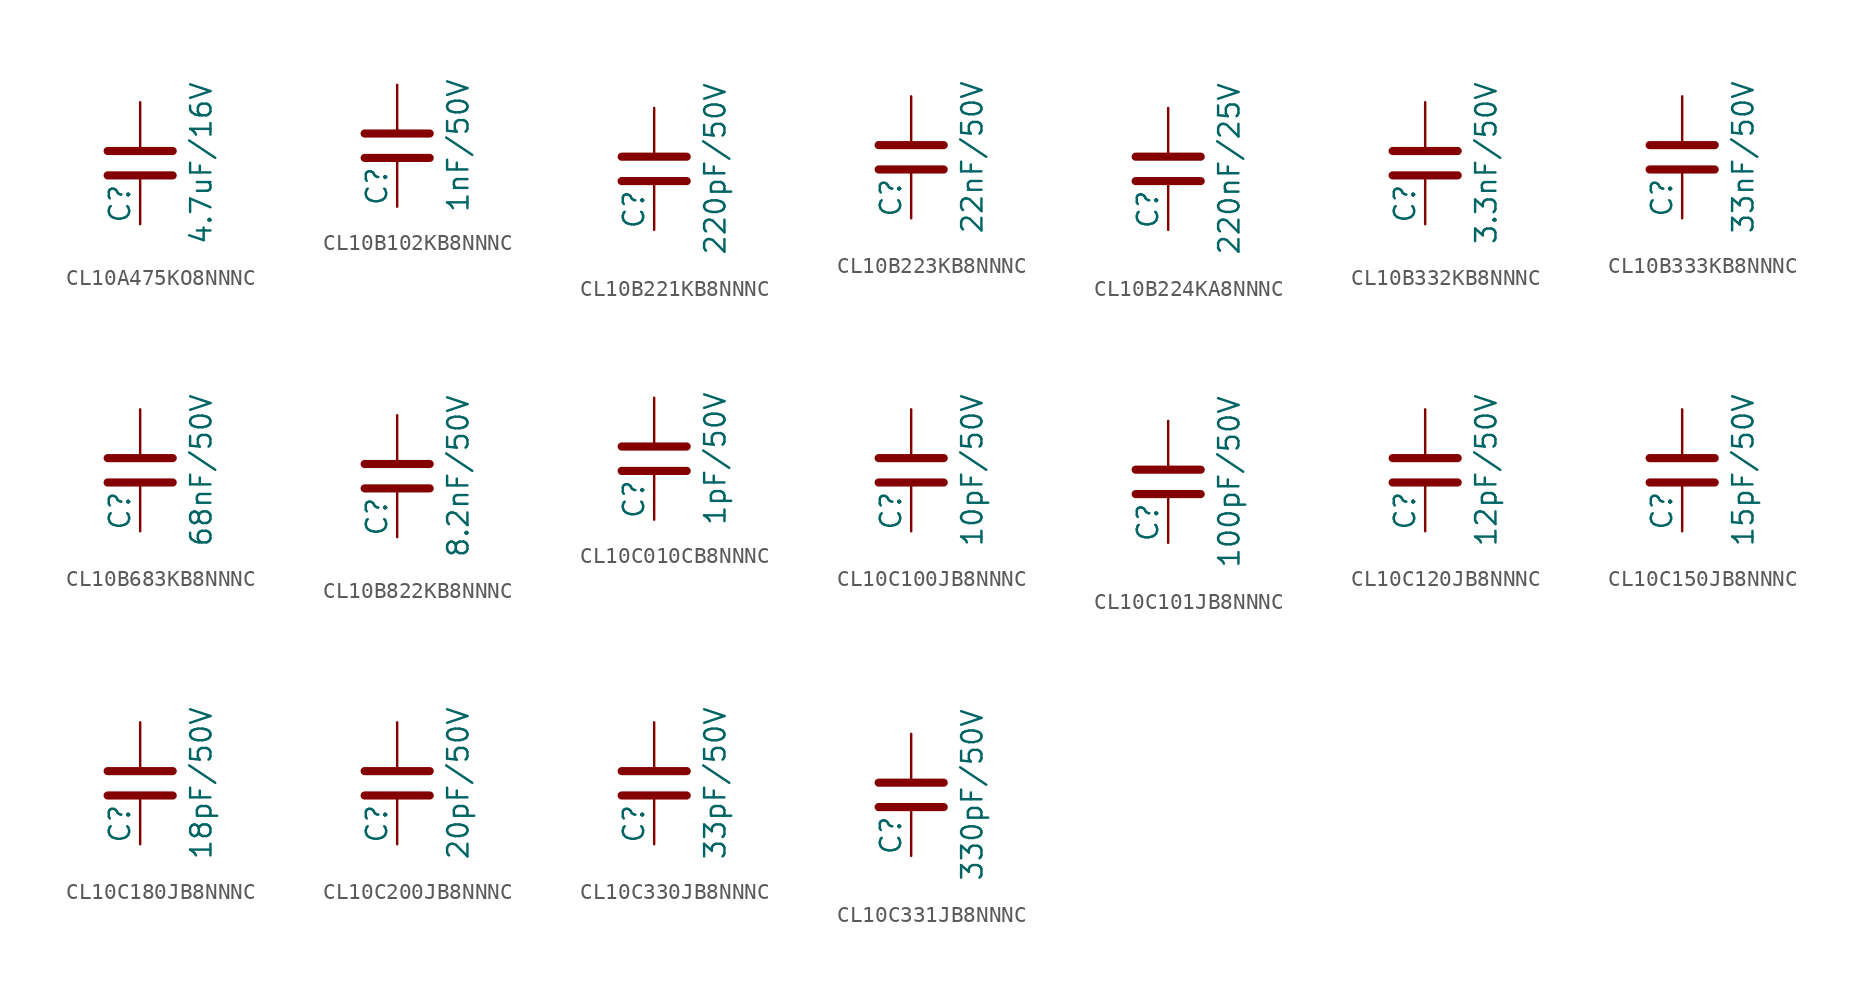
<source format=kicad_sym>
(kicad_symbol_lib
  (version 20211014)
  (generator conandllu_kicad_symbol_generator_20230922_18:37:20)
  (symbol "CL10A475KO8NNNC"
    (pin_numbers hide)
    (pin_names
      (offset 0.254))
    (property "Reference" "C"
      (at -1.27 -3.81 90)
      (effects (font (size 1.27 1.27)) (justify left)))
    (property "Value" "4.7uF/16V"
      (at 3.81 0 90)
      (effects (font (size 1.27 1.27))))
    (symbol "CL10A475KO8NNNC_0_1"
      (polyline (pts (xy -2.032 -0.762) (xy 2.032 -0.762)) (stroke (width 0.508) (type default)) (fill (type none)))
      (polyline (pts (xy -2.032 0.762) (xy 2.032 0.762)) (stroke (width 0.508) (type default)) (fill (type none))))
    (symbol "CL10A475KO8NNNC_1_1"
      (pin passive line (at 0 3.81 270) (length 2.794) (name "~" (effects (font (size 1.27 1.27)))) (number "1" (effects (font (size 1.27 1.27)))))
      (pin passive line (at 0 -3.81 90) (length 2.794) (name "~" (effects (font (size 1.27 1.27)))) (number "2" (effects (font (size 1.27 1.27)))))))
  (symbol "CL10B102KB8NNNC"
    (pin_numbers hide)
    (pin_names
      (offset 0.254))
    (property "Reference" "C"
      (at -1.27 -3.81 90)
      (effects (font (size 1.27 1.27)) (justify left)))
    (property "Value" "1nF/50V"
      (at 3.81 0 90)
      (effects (font (size 1.27 1.27))))
    (symbol "CL10B102KB8NNNC_0_1"
      (polyline (pts (xy -2.032 -0.762) (xy 2.032 -0.762)) (stroke (width 0.508) (type default)) (fill (type none)))
      (polyline (pts (xy -2.032 0.762) (xy 2.032 0.762)) (stroke (width 0.508) (type default)) (fill (type none))))
    (symbol "CL10B102KB8NNNC_1_1"
      (pin passive line (at 0 3.81 270) (length 2.794) (name "~" (effects (font (size 1.27 1.27)))) (number "1" (effects (font (size 1.27 1.27)))))
      (pin passive line (at 0 -3.81 90) (length 2.794) (name "~" (effects (font (size 1.27 1.27)))) (number "2" (effects (font (size 1.27 1.27)))))))
  (symbol "CL10B221KB8NNNC"
    (pin_numbers hide)
    (pin_names
      (offset 0.254))
    (property "Reference" "C"
      (at -1.27 -3.81 90)
      (effects (font (size 1.27 1.27)) (justify left)))
    (property "Value" "220pF/50V"
      (at 3.81 0 90)
      (effects (font (size 1.27 1.27))))
    (symbol "CL10B221KB8NNNC_0_1"
      (polyline (pts (xy -2.032 -0.762) (xy 2.032 -0.762)) (stroke (width 0.508) (type default)) (fill (type none)))
      (polyline (pts (xy -2.032 0.762) (xy 2.032 0.762)) (stroke (width 0.508) (type default)) (fill (type none))))
    (symbol "CL10B221KB8NNNC_1_1"
      (pin passive line (at 0 3.81 270) (length 2.794) (name "~" (effects (font (size 1.27 1.27)))) (number "1" (effects (font (size 1.27 1.27)))))
      (pin passive line (at 0 -3.81 90) (length 2.794) (name "~" (effects (font (size 1.27 1.27)))) (number "2" (effects (font (size 1.27 1.27)))))))
  (symbol "CL10B223KB8NNNC"
    (pin_numbers hide)
    (pin_names
      (offset 0.254))
    (property "Reference" "C"
      (at -1.27 -3.81 90)
      (effects (font (size 1.27 1.27)) (justify left)))
    (property "Value" "22nF/50V"
      (at 3.81 0 90)
      (effects (font (size 1.27 1.27))))
    (symbol "CL10B223KB8NNNC_0_1"
      (polyline (pts (xy -2.032 -0.762) (xy 2.032 -0.762)) (stroke (width 0.508) (type default)) (fill (type none)))
      (polyline (pts (xy -2.032 0.762) (xy 2.032 0.762)) (stroke (width 0.508) (type default)) (fill (type none))))
    (symbol "CL10B223KB8NNNC_1_1"
      (pin passive line (at 0 3.81 270) (length 2.794) (name "~" (effects (font (size 1.27 1.27)))) (number "1" (effects (font (size 1.27 1.27)))))
      (pin passive line (at 0 -3.81 90) (length 2.794) (name "~" (effects (font (size 1.27 1.27)))) (number "2" (effects (font (size 1.27 1.27)))))))
  (symbol "CL10B224KA8NNNC"
    (pin_numbers hide)
    (pin_names
      (offset 0.254))
    (property "Reference" "C"
      (at -1.27 -3.81 90)
      (effects (font (size 1.27 1.27)) (justify left)))
    (property "Value" "220nF/25V"
      (at 3.81 0 90)
      (effects (font (size 1.27 1.27))))
    (symbol "CL10B224KA8NNNC_0_1"
      (polyline (pts (xy -2.032 -0.762) (xy 2.032 -0.762)) (stroke (width 0.508) (type default)) (fill (type none)))
      (polyline (pts (xy -2.032 0.762) (xy 2.032 0.762)) (stroke (width 0.508) (type default)) (fill (type none))))
    (symbol "CL10B224KA8NNNC_1_1"
      (pin passive line (at 0 3.81 270) (length 2.794) (name "~" (effects (font (size 1.27 1.27)))) (number "1" (effects (font (size 1.27 1.27)))))
      (pin passive line (at 0 -3.81 90) (length 2.794) (name "~" (effects (font (size 1.27 1.27)))) (number "2" (effects (font (size 1.27 1.27)))))))
  (symbol "CL10B332KB8NNNC"
    (pin_numbers hide)
    (pin_names
      (offset 0.254))
    (property "Reference" "C"
      (at -1.27 -3.81 90)
      (effects (font (size 1.27 1.27)) (justify left)))
    (property "Value" "3.3nF/50V"
      (at 3.81 0 90)
      (effects (font (size 1.27 1.27))))
    (symbol "CL10B332KB8NNNC_0_1"
      (polyline (pts (xy -2.032 -0.762) (xy 2.032 -0.762)) (stroke (width 0.508) (type default)) (fill (type none)))
      (polyline (pts (xy -2.032 0.762) (xy 2.032 0.762)) (stroke (width 0.508) (type default)) (fill (type none))))
    (symbol "CL10B332KB8NNNC_1_1"
      (pin passive line (at 0 3.81 270) (length 2.794) (name "~" (effects (font (size 1.27 1.27)))) (number "1" (effects (font (size 1.27 1.27)))))
      (pin passive line (at 0 -3.81 90) (length 2.794) (name "~" (effects (font (size 1.27 1.27)))) (number "2" (effects (font (size 1.27 1.27)))))))
  (symbol "CL10B333KB8NNNC"
    (pin_numbers hide)
    (pin_names
      (offset 0.254))
    (property "Reference" "C"
      (at -1.27 -3.81 90)
      (effects (font (size 1.27 1.27)) (justify left)))
    (property "Value" "33nF/50V"
      (at 3.81 0 90)
      (effects (font (size 1.27 1.27))))
    (symbol "CL10B333KB8NNNC_0_1"
      (polyline (pts (xy -2.032 -0.762) (xy 2.032 -0.762)) (stroke (width 0.508) (type default)) (fill (type none)))
      (polyline (pts (xy -2.032 0.762) (xy 2.032 0.762)) (stroke (width 0.508) (type default)) (fill (type none))))
    (symbol "CL10B333KB8NNNC_1_1"
      (pin passive line (at 0 3.81 270) (length 2.794) (name "~" (effects (font (size 1.27 1.27)))) (number "1" (effects (font (size 1.27 1.27)))))
      (pin passive line (at 0 -3.81 90) (length 2.794) (name "~" (effects (font (size 1.27 1.27)))) (number "2" (effects (font (size 1.27 1.27)))))))
  (symbol "CL10B683KB8NNNC"
    (pin_numbers hide)
    (pin_names
      (offset 0.254))
    (property "Reference" "C"
      (at -1.27 -3.81 90)
      (effects (font (size 1.27 1.27)) (justify left)))
    (property "Value" "68nF/50V"
      (at 3.81 0 90)
      (effects (font (size 1.27 1.27))))
    (symbol "CL10B683KB8NNNC_0_1"
      (polyline (pts (xy -2.032 -0.762) (xy 2.032 -0.762)) (stroke (width 0.508) (type default)) (fill (type none)))
      (polyline (pts (xy -2.032 0.762) (xy 2.032 0.762)) (stroke (width 0.508) (type default)) (fill (type none))))
    (symbol "CL10B683KB8NNNC_1_1"
      (pin passive line (at 0 3.81 270) (length 2.794) (name "~" (effects (font (size 1.27 1.27)))) (number "1" (effects (font (size 1.27 1.27)))))
      (pin passive line (at 0 -3.81 90) (length 2.794) (name "~" (effects (font (size 1.27 1.27)))) (number "2" (effects (font (size 1.27 1.27)))))))
  (symbol "CL10B822KB8NNNC"
    (pin_numbers hide)
    (pin_names
      (offset 0.254))
    (property "Reference" "C"
      (at -1.27 -3.81 90)
      (effects (font (size 1.27 1.27)) (justify left)))
    (property "Value" "8.2nF/50V"
      (at 3.81 0 90)
      (effects (font (size 1.27 1.27))))
    (symbol "CL10B822KB8NNNC_0_1"
      (polyline (pts (xy -2.032 -0.762) (xy 2.032 -0.762)) (stroke (width 0.508) (type default)) (fill (type none)))
      (polyline (pts (xy -2.032 0.762) (xy 2.032 0.762)) (stroke (width 0.508) (type default)) (fill (type none))))
    (symbol "CL10B822KB8NNNC_1_1"
      (pin passive line (at 0 3.81 270) (length 2.794) (name "~" (effects (font (size 1.27 1.27)))) (number "1" (effects (font (size 1.27 1.27)))))
      (pin passive line (at 0 -3.81 90) (length 2.794) (name "~" (effects (font (size 1.27 1.27)))) (number "2" (effects (font (size 1.27 1.27)))))))
  (symbol "CL10C010CB8NNNC"
    (pin_numbers hide)
    (pin_names
      (offset 0.254))
    (property "Reference" "C"
      (at -1.27 -3.81 90)
      (effects (font (size 1.27 1.27)) (justify left)))
    (property "Value" "1pF/50V"
      (at 3.81 0 90)
      (effects (font (size 1.27 1.27))))
    (symbol "CL10C010CB8NNNC_0_1"
      (polyline (pts (xy -2.032 -0.762) (xy 2.032 -0.762)) (stroke (width 0.508) (type default)) (fill (type none)))
      (polyline (pts (xy -2.032 0.762) (xy 2.032 0.762)) (stroke (width 0.508) (type default)) (fill (type none))))
    (symbol "CL10C010CB8NNNC_1_1"
      (pin passive line (at 0 3.81 270) (length 2.794) (name "~" (effects (font (size 1.27 1.27)))) (number "1" (effects (font (size 1.27 1.27)))))
      (pin passive line (at 0 -3.81 90) (length 2.794) (name "~" (effects (font (size 1.27 1.27)))) (number "2" (effects (font (size 1.27 1.27)))))))
  (symbol "CL10C100JB8NNNC"
    (pin_numbers hide)
    (pin_names
      (offset 0.254))
    (property "Reference" "C"
      (at -1.27 -3.81 90)
      (effects (font (size 1.27 1.27)) (justify left)))
    (property "Value" "10pF/50V"
      (at 3.81 0 90)
      (effects (font (size 1.27 1.27))))
    (symbol "CL10C100JB8NNNC_0_1"
      (polyline (pts (xy -2.032 -0.762) (xy 2.032 -0.762)) (stroke (width 0.508) (type default)) (fill (type none)))
      (polyline (pts (xy -2.032 0.762) (xy 2.032 0.762)) (stroke (width 0.508) (type default)) (fill (type none))))
    (symbol "CL10C100JB8NNNC_1_1"
      (pin passive line (at 0 3.81 270) (length 2.794) (name "~" (effects (font (size 1.27 1.27)))) (number "1" (effects (font (size 1.27 1.27)))))
      (pin passive line (at 0 -3.81 90) (length 2.794) (name "~" (effects (font (size 1.27 1.27)))) (number "2" (effects (font (size 1.27 1.27)))))))
  (symbol "CL10C101JB8NNNC"
    (pin_numbers hide)
    (pin_names
      (offset 0.254))
    (property "Reference" "C"
      (at -1.27 -3.81 90)
      (effects (font (size 1.27 1.27)) (justify left)))
    (property "Value" "100pF/50V"
      (at 3.81 0 90)
      (effects (font (size 1.27 1.27))))
    (symbol "CL10C101JB8NNNC_0_1"
      (polyline (pts (xy -2.032 -0.762) (xy 2.032 -0.762)) (stroke (width 0.508) (type default)) (fill (type none)))
      (polyline (pts (xy -2.032 0.762) (xy 2.032 0.762)) (stroke (width 0.508) (type default)) (fill (type none))))
    (symbol "CL10C101JB8NNNC_1_1"
      (pin passive line (at 0 3.81 270) (length 2.794) (name "~" (effects (font (size 1.27 1.27)))) (number "1" (effects (font (size 1.27 1.27)))))
      (pin passive line (at 0 -3.81 90) (length 2.794) (name "~" (effects (font (size 1.27 1.27)))) (number "2" (effects (font (size 1.27 1.27)))))))
  (symbol "CL10C120JB8NNNC"
    (pin_numbers hide)
    (pin_names
      (offset 0.254))
    (property "Reference" "C"
      (at -1.27 -3.81 90)
      (effects (font (size 1.27 1.27)) (justify left)))
    (property "Value" "12pF/50V"
      (at 3.81 0 90)
      (effects (font (size 1.27 1.27))))
    (symbol "CL10C120JB8NNNC_0_1"
      (polyline (pts (xy -2.032 -0.762) (xy 2.032 -0.762)) (stroke (width 0.508) (type default)) (fill (type none)))
      (polyline (pts (xy -2.032 0.762) (xy 2.032 0.762)) (stroke (width 0.508) (type default)) (fill (type none))))
    (symbol "CL10C120JB8NNNC_1_1"
      (pin passive line (at 0 3.81 270) (length 2.794) (name "~" (effects (font (size 1.27 1.27)))) (number "1" (effects (font (size 1.27 1.27)))))
      (pin passive line (at 0 -3.81 90) (length 2.794) (name "~" (effects (font (size 1.27 1.27)))) (number "2" (effects (font (size 1.27 1.27)))))))
  (symbol "CL10C150JB8NNNC"
    (pin_numbers hide)
    (pin_names
      (offset 0.254))
    (property "Reference" "C"
      (at -1.27 -3.81 90)
      (effects (font (size 1.27 1.27)) (justify left)))
    (property "Value" "15pF/50V"
      (at 3.81 0 90)
      (effects (font (size 1.27 1.27))))
    (symbol "CL10C150JB8NNNC_0_1"
      (polyline (pts (xy -2.032 -0.762) (xy 2.032 -0.762)) (stroke (width 0.508) (type default)) (fill (type none)))
      (polyline (pts (xy -2.032 0.762) (xy 2.032 0.762)) (stroke (width 0.508) (type default)) (fill (type none))))
    (symbol "CL10C150JB8NNNC_1_1"
      (pin passive line (at 0 3.81 270) (length 2.794) (name "~" (effects (font (size 1.27 1.27)))) (number "1" (effects (font (size 1.27 1.27)))))
      (pin passive line (at 0 -3.81 90) (length 2.794) (name "~" (effects (font (size 1.27 1.27)))) (number "2" (effects (font (size 1.27 1.27)))))))
  (symbol "CL10C180JB8NNNC"
    (pin_numbers hide)
    (pin_names
      (offset 0.254))
    (property "Reference" "C"
      (at -1.27 -3.81 90)
      (effects (font (size 1.27 1.27)) (justify left)))
    (property "Value" "18pF/50V"
      (at 3.81 0 90)
      (effects (font (size 1.27 1.27))))
    (symbol "CL10C180JB8NNNC_0_1"
      (polyline (pts (xy -2.032 -0.762) (xy 2.032 -0.762)) (stroke (width 0.508) (type default)) (fill (type none)))
      (polyline (pts (xy -2.032 0.762) (xy 2.032 0.762)) (stroke (width 0.508) (type default)) (fill (type none))))
    (symbol "CL10C180JB8NNNC_1_1"
      (pin passive line (at 0 3.81 270) (length 2.794) (name "~" (effects (font (size 1.27 1.27)))) (number "1" (effects (font (size 1.27 1.27)))))
      (pin passive line (at 0 -3.81 90) (length 2.794) (name "~" (effects (font (size 1.27 1.27)))) (number "2" (effects (font (size 1.27 1.27)))))))
  (symbol "CL10C200JB8NNNC"
    (pin_numbers hide)
    (pin_names
      (offset 0.254))
    (property "Reference" "C"
      (at -1.27 -3.81 90)
      (effects (font (size 1.27 1.27)) (justify left)))
    (property "Value" "20pF/50V"
      (at 3.81 0 90)
      (effects (font (size 1.27 1.27))))
    (symbol "CL10C200JB8NNNC_0_1"
      (polyline (pts (xy -2.032 -0.762) (xy 2.032 -0.762)) (stroke (width 0.508) (type default)) (fill (type none)))
      (polyline (pts (xy -2.032 0.762) (xy 2.032 0.762)) (stroke (width 0.508) (type default)) (fill (type none))))
    (symbol "CL10C200JB8NNNC_1_1"
      (pin passive line (at 0 3.81 270) (length 2.794) (name "~" (effects (font (size 1.27 1.27)))) (number "1" (effects (font (size 1.27 1.27)))))
      (pin passive line (at 0 -3.81 90) (length 2.794) (name "~" (effects (font (size 1.27 1.27)))) (number "2" (effects (font (size 1.27 1.27)))))))
  (symbol "CL10C330JB8NNNC"
    (pin_numbers hide)
    (pin_names
      (offset 0.254))
    (property "Reference" "C"
      (at -1.27 -3.81 90)
      (effects (font (size 1.27 1.27)) (justify left)))
    (property "Value" "33pF/50V"
      (at 3.81 0 90)
      (effects (font (size 1.27 1.27))))
    (symbol "CL10C330JB8NNNC_0_1"
      (polyline (pts (xy -2.032 -0.762) (xy 2.032 -0.762)) (stroke (width 0.508) (type default)) (fill (type none)))
      (polyline (pts (xy -2.032 0.762) (xy 2.032 0.762)) (stroke (width 0.508) (type default)) (fill (type none))))
    (symbol "CL10C330JB8NNNC_1_1"
      (pin passive line (at 0 3.81 270) (length 2.794) (name "~" (effects (font (size 1.27 1.27)))) (number "1" (effects (font (size 1.27 1.27)))))
      (pin passive line (at 0 -3.81 90) (length 2.794) (name "~" (effects (font (size 1.27 1.27)))) (number "2" (effects (font (size 1.27 1.27)))))))
  (symbol "CL10C331JB8NNNC"
    (pin_numbers hide)
    (pin_names
      (offset 0.254))
    (property "Reference" "C"
      (at -1.27 -3.81 90)
      (effects (font (size 1.27 1.27)) (justify left)))
    (property "Value" "330pF/50V"
      (at 3.81 0 90)
      (effects (font (size 1.27 1.27))))
    (symbol "CL10C331JB8NNNC_0_1"
      (polyline (pts (xy -2.032 -0.762) (xy 2.032 -0.762)) (stroke (width 0.508) (type default)) (fill (type none)))
      (polyline (pts (xy -2.032 0.762) (xy 2.032 0.762)) (stroke (width 0.508) (type default)) (fill (type none))))
    (symbol "CL10C331JB8NNNC_1_1"
      (pin passive line (at 0 3.81 270) (length 2.794) (name "~" (effects (font (size 1.27 1.27)))) (number "1" (effects (font (size 1.27 1.27)))))
      (pin passive line (at 0 -3.81 90) (length 2.794) (name "~" (effects (font (size 1.27 1.27)))) (number "2" (effects (font (size 1.27 1.27))))))))
</source>
